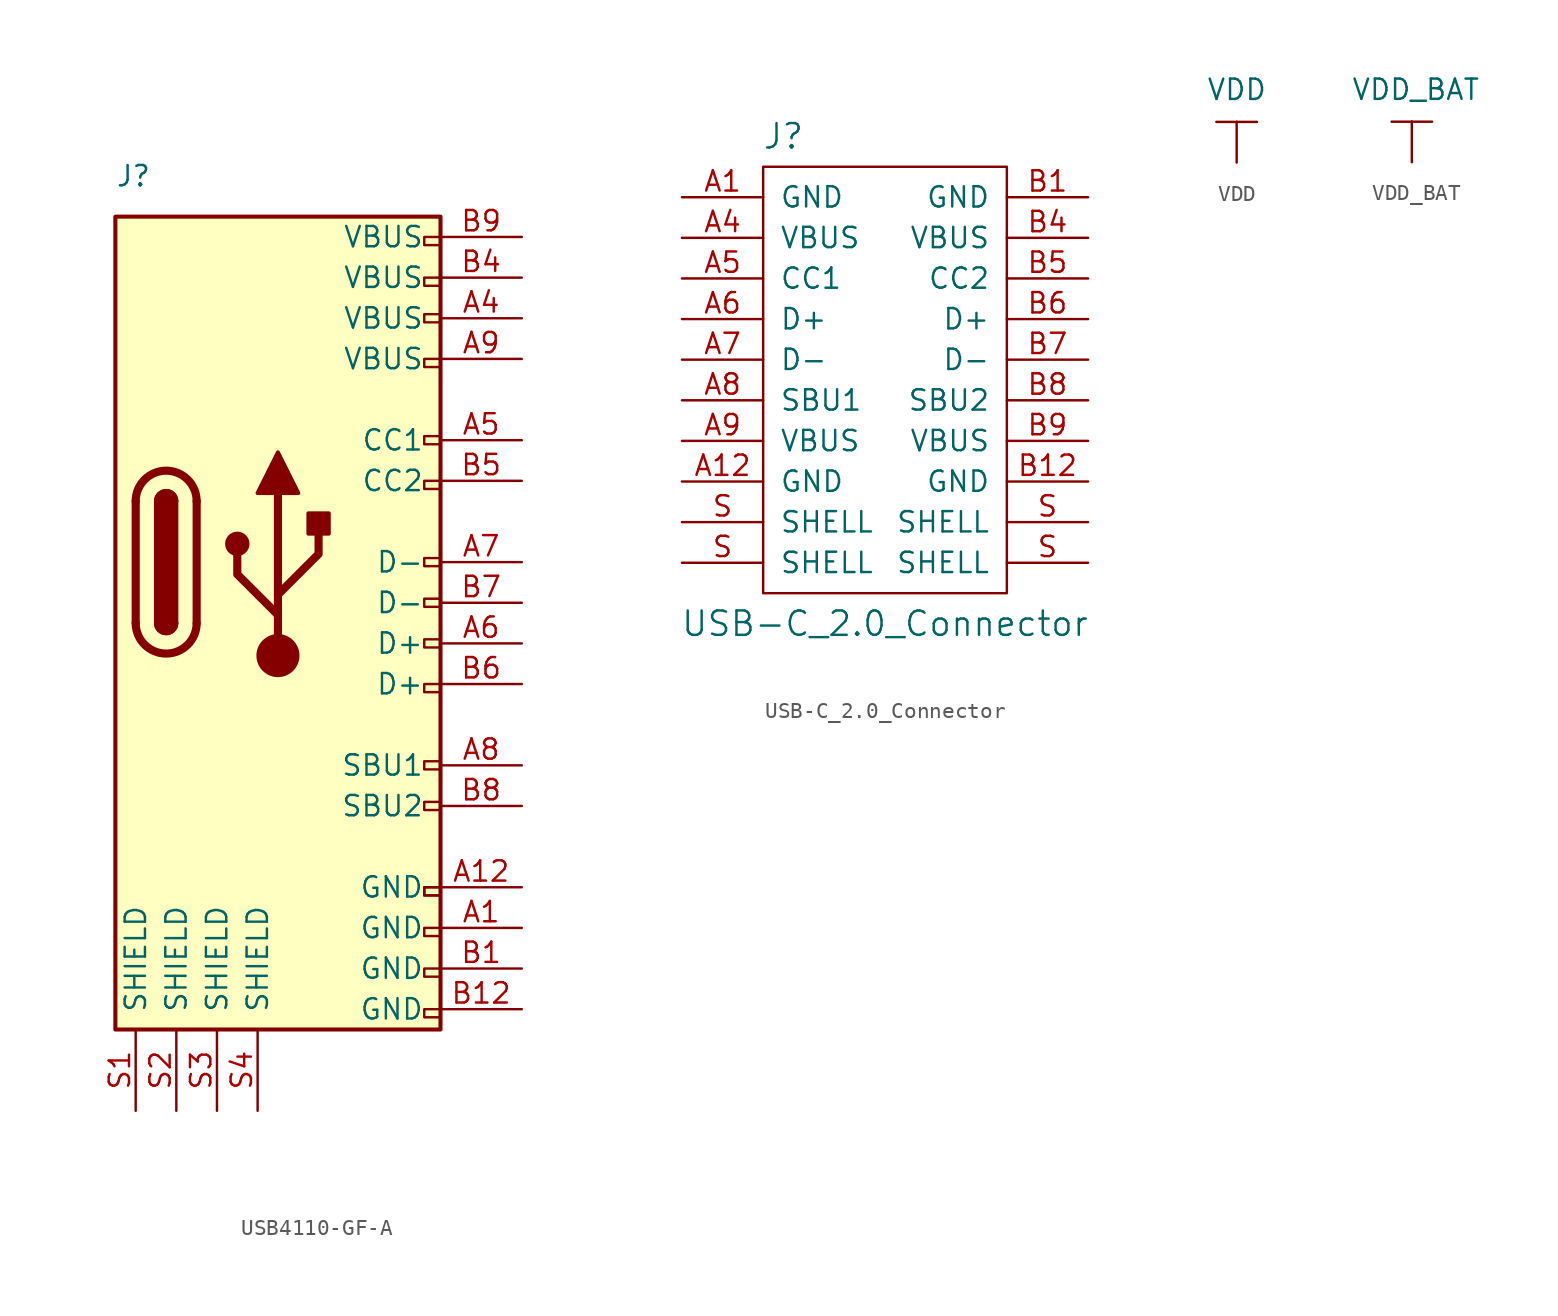
<source format=kicad_sym>
(kicad_symbol_lib
  (version 20210619)
  (generator kicad_symbol_editor)
  (symbol "custom:USB4110-GF-A"
    (pin_names
      (offset 1.016))
    (property "Reference" "J"
      (at -10.16 24.13 0)
      (effects (font (size 1.27 1.27)) (justify left)))
    (symbol "USB4110-GF-A_0_0"
      (rectangle (start 10.16 -27.94) (end 9.144 -28.448) (stroke (width 0)) (fill (type none)))
      (rectangle (start 10.16 -25.4) (end 9.144 -25.908) (stroke (width 0)) (fill (type none)))
      (rectangle (start 10.16 -22.86) (end 9.144 -23.368) (stroke (width 0)) (fill (type none)))
      (rectangle (start 10.16 -20.32) (end 9.144 -20.828) (stroke (width 0)) (fill (type none)))
      (rectangle (start 10.16 -20.32) (end 9.144 -20.828) (stroke (width 0)) (fill (type none)))
      (rectangle (start 10.16 -14.986) (end 9.144 -15.494) (stroke (width 0)) (fill (type none)))
      (rectangle (start 10.16 -12.446) (end 9.144 -12.954) (stroke (width 0)) (fill (type none)))
      (rectangle (start 10.16 -7.62) (end 9.144 -8.128) (stroke (width 0)) (fill (type none)))
      (rectangle (start 10.16 -4.826) (end 9.144 -5.334) (stroke (width 0)) (fill (type none)))
      (rectangle (start 10.16 -2.286) (end 9.144 -2.794) (stroke (width 0)) (fill (type none)))
      (rectangle (start 10.16 0.254) (end 9.144 -0.254) (stroke (width 0)) (fill (type none)))
      (rectangle (start 10.16 5.08) (end 9.144 4.572) (stroke (width 0)) (fill (type none)))
      (rectangle (start 10.16 7.874) (end 9.144 7.366) (stroke (width 0)) (fill (type none)))
      (rectangle (start 10.16 12.7) (end 9.144 12.192) (stroke (width 0)) (fill (type none)))
      (rectangle (start 10.16 15.494) (end 9.144 14.986) (stroke (width 0)) (fill (type none)))
      (rectangle (start 10.16 17.78) (end 9.144 17.272) (stroke (width 0)) (fill (type none)))
      (rectangle (start 10.16 20.32) (end 9.144 19.812) (stroke (width 0)) (fill (type none))))
    (symbol "USB4110-GF-A_0_1"
      (arc (start -8.89 -3.81) (end -5.08 -3.81) (radius (at -6.985 -3.81) (length 1.905) (angles -179.9 -0.1)) (stroke (width 0.508)) (fill (type none)))
      (arc (start -7.62 -3.81) (end -6.35 -3.81) (radius (at -6.985 -3.81) (length 0.635) (angles -179.9 -0.1)) (stroke (width 0.254)) (fill (type none)))
      (arc (start -6.35 3.81) (end -7.62 3.81) (radius (at -6.985 3.81) (length 0.635) (angles 0.1 179.9)) (stroke (width 0.254)) (fill (type none)))
      (arc (start -5.08 3.81) (end -8.89 3.81) (radius (at -6.985 3.81) (length 1.905) (angles 0.1 179.9)) (stroke (width 0.508)) (fill (type none)))
      (arc (start -7.62 -3.81) (end -6.35 -3.81) (radius (at -6.985 -3.81) (length 0.635) (angles -179.9 -0.1)) (stroke (width 0.254)) (fill (type outline)))
      (arc (start -6.35 3.81) (end -7.62 3.81) (radius (at -6.985 3.81) (length 0.635) (angles 0.1 179.9)) (stroke (width 0.254)) (fill (type outline)))
      (circle (center -2.54 1.143) (radius 0.635) (stroke (width 0.254)) (fill (type outline)))
      (circle (center 0 -5.842) (radius 1.27) (stroke (width 0)) (fill (type outline)))
      (rectangle (start -7.62 -3.81) (end -6.35 3.81) (stroke (width 0.254)) (fill (type outline)))
      (rectangle (start 1.905 1.778) (end 3.175 3.048) (stroke (width 0.254)) (fill (type outline)))
      (rectangle (start -10.16 21.59) (end 10.16 -29.21) (stroke (width 0.254)) (fill (type background)))
      (polyline (pts (xy -8.89 -3.81) (xy -8.89 3.81)) (stroke (width 0.508)) (fill (type none)))
      (polyline (pts (xy -5.08 3.81) (xy -5.08 -3.81)) (stroke (width 0.508)) (fill (type none)))
      (polyline (pts (xy 0 -5.842) (xy 0 4.318)) (stroke (width 0.508)) (fill (type none)))
      (polyline (pts (xy 0 -3.302) (xy -2.54 -0.762) (xy -2.54 0.508)) (stroke (width 0.508)) (fill (type none)))
      (polyline (pts (xy 0 -2.032) (xy 2.54 0.508) (xy 2.54 1.778)) (stroke (width 0.508)) (fill (type none)))
      (polyline (pts (xy -1.27 4.318) (xy 0 6.858) (xy 1.27 4.318) (xy -1.27 4.318)) (stroke (width 0.254)) (fill (type outline))))
    (symbol "USB4110-GF-A_1_1"
      (pin passive line (at 15.24 -22.86 180) (length 5.08) (name "GND" (effects (font (size 1.27 1.27)))) (number "A1" (effects (font (size 1.27 1.27)))))
      (pin passive line (at 15.24 -20.32 180) (length 5.08) (name "GND" (effects (font (size 1.27 1.27)))) (number "A12" (effects (font (size 1.27 1.27)))))
      (pin passive line (at 15.24 15.24 180) (length 5.08) (name "VBUS" (effects (font (size 1.27 1.27)))) (number "A4" (effects (font (size 1.27 1.27)))))
      (pin bidirectional line (at 15.24 7.62 180) (length 5.08) (name "CC1" (effects (font (size 1.27 1.27)))) (number "A5" (effects (font (size 1.27 1.27)))))
      (pin bidirectional line (at 15.24 -5.08 180) (length 5.08) (name "D+" (effects (font (size 1.27 1.27)))) (number "A6" (effects (font (size 1.27 1.27)))))
      (pin bidirectional line (at 15.24 0 180) (length 5.08) (name "D-" (effects (font (size 1.27 1.27)))) (number "A7" (effects (font (size 1.27 1.27)))))
      (pin bidirectional line (at 15.24 -12.7 180) (length 5.08) (name "SBU1" (effects (font (size 1.27 1.27)))) (number "A8" (effects (font (size 1.27 1.27)))))
      (pin passive line (at 15.24 12.7 180) (length 5.08) (name "VBUS" (effects (font (size 1.27 1.27)))) (number "A9" (effects (font (size 1.27 1.27)))))
      (pin passive line (at 15.24 -25.4 180) (length 5.08) (name "GND" (effects (font (size 1.27 1.27)))) (number "B1" (effects (font (size 1.27 1.27)))))
      (pin passive line (at 15.24 -27.94 180) (length 5.08) (name "GND" (effects (font (size 1.27 1.27)))) (number "B12" (effects (font (size 1.27 1.27)))))
      (pin passive line (at 15.24 17.78 180) (length 5.08) (name "VBUS" (effects (font (size 1.27 1.27)))) (number "B4" (effects (font (size 1.27 1.27)))))
      (pin bidirectional line (at 15.24 5.08 180) (length 5.08) (name "CC2" (effects (font (size 1.27 1.27)))) (number "B5" (effects (font (size 1.27 1.27)))))
      (pin bidirectional line (at 15.24 -7.62 180) (length 5.08) (name "D+" (effects (font (size 1.27 1.27)))) (number "B6" (effects (font (size 1.27 1.27)))))
      (pin bidirectional line (at 15.24 -2.54 180) (length 5.08) (name "D-" (effects (font (size 1.27 1.27)))) (number "B7" (effects (font (size 1.27 1.27)))))
      (pin bidirectional line (at 15.24 -15.24 180) (length 5.08) (name "SBU2" (effects (font (size 1.27 1.27)))) (number "B8" (effects (font (size 1.27 1.27)))))
      (pin passive line (at 15.24 20.32 180) (length 5.08) (name "VBUS" (effects (font (size 1.27 1.27)))) (number "B9" (effects (font (size 1.27 1.27)))))
      (pin passive line (at -8.89 -34.29 90) (length 5.08) (name "SHIELD" (effects (font (size 1.27 1.27)))) (number "S1" (effects (font (size 1.27 1.27)))))
      (pin passive line (at -6.35 -34.29 90) (length 5.08) (name "SHIELD" (effects (font (size 1.27 1.27)))) (number "S2" (effects (font (size 1.27 1.27)))))
      (pin passive line (at -3.81 -34.29 90) (length 5.08) (name "SHIELD" (effects (font (size 1.27 1.27)))) (number "S3" (effects (font (size 1.27 1.27)))))
      (pin passive line (at -1.27 -34.29 90) (length 5.08) (name "SHIELD" (effects (font (size 1.27 1.27)))) (number "S4" (effects (font (size 1.27 1.27)))))))
  (symbol "custom:USB-C_2.0_Connector"
    (pin_names
      (offset 1.016))
    (property "Reference" "J"
      (at -6.35 12.7 0)
      (effects (font (size 1.524 1.524))))
    (property "Value" "USB-C_2.0_Connector"
      (at 0 -17.78 0)
      (effects (font (size 1.524 1.524))))
    (symbol "USB-C_2.0_Connector_0_1"
      (rectangle (start -7.62 10.795) (end 7.62 -15.875) (stroke (width 0)) (fill (type none))))
    (symbol "USB-C_2.0_Connector_1_1"
      (pin input line (at -12.7 8.89 0) (length 5.08) (name "GND" (effects (font (size 1.27 1.27)))) (number "A1" (effects (font (size 1.27 1.27)))))
      (pin input line (at -12.7 -8.89 0) (length 5.08) (name "GND" (effects (font (size 1.27 1.27)))) (number "A12" (effects (font (size 1.27 1.27)))))
      (pin input line (at -12.7 6.35 0) (length 5.08) (name "VBUS" (effects (font (size 1.27 1.27)))) (number "A4" (effects (font (size 1.27 1.27)))))
      (pin input line (at -12.7 3.81 0) (length 5.08) (name "CC1" (effects (font (size 1.27 1.27)))) (number "A5" (effects (font (size 1.27 1.27)))))
      (pin input line (at -12.7 1.27 0) (length 5.08) (name "D+" (effects (font (size 1.27 1.27)))) (number "A6" (effects (font (size 1.27 1.27)))))
      (pin input line (at -12.7 -1.27 0) (length 5.08) (name "D-" (effects (font (size 1.27 1.27)))) (number "A7" (effects (font (size 1.27 1.27)))))
      (pin input line (at -12.7 -3.81 0) (length 5.08) (name "SBU1" (effects (font (size 1.27 1.27)))) (number "A8" (effects (font (size 1.27 1.27)))))
      (pin input line (at -12.7 -6.35 0) (length 5.08) (name "VBUS" (effects (font (size 1.27 1.27)))) (number "A9" (effects (font (size 1.27 1.27)))))
      (pin input line (at 12.7 8.89 180) (length 5.08) (name "GND" (effects (font (size 1.27 1.27)))) (number "B1" (effects (font (size 1.27 1.27)))))
      (pin input line (at 12.7 -8.89 180) (length 5.08) (name "GND" (effects (font (size 1.27 1.27)))) (number "B12" (effects (font (size 1.27 1.27)))))
      (pin input line (at 12.7 6.35 180) (length 5.08) (name "VBUS" (effects (font (size 1.27 1.27)))) (number "B4" (effects (font (size 1.27 1.27)))))
      (pin input line (at 12.7 3.81 180) (length 5.08) (name "CC2" (effects (font (size 1.27 1.27)))) (number "B5" (effects (font (size 1.27 1.27)))))
      (pin input line (at 12.7 1.27 180) (length 5.08) (name "D+" (effects (font (size 1.27 1.27)))) (number "B6" (effects (font (size 1.27 1.27)))))
      (pin input line (at 12.7 -1.27 180) (length 5.08) (name "D-" (effects (font (size 1.27 1.27)))) (number "B7" (effects (font (size 1.27 1.27)))))
      (pin input line (at 12.7 -3.81 180) (length 5.08) (name "SBU2" (effects (font (size 1.27 1.27)))) (number "B8" (effects (font (size 1.27 1.27)))))
      (pin input line (at 12.7 -6.35 180) (length 5.08) (name "VBUS" (effects (font (size 1.27 1.27)))) (number "B9" (effects (font (size 1.27 1.27)))))
      (pin input line (at -12.7 -13.97 0) (length 5.08) (name "SHELL" (effects (font (size 1.27 1.27)))) (number "S" (effects (font (size 1.27 1.27)))))
      (pin input line (at -12.7 -11.43 0) (length 5.08) (name "SHELL" (effects (font (size 1.27 1.27)))) (number "S" (effects (font (size 1.27 1.27)))))
      (pin input line (at 12.7 -13.97 180) (length 5.08) (name "SHELL" (effects (font (size 1.27 1.27)))) (number "S" (effects (font (size 1.27 1.27)))))
      (pin input line (at 12.7 -11.43 180) (length 5.08) (name "SHELL" (effects (font (size 1.27 1.27)))) (number "S" (effects (font (size 1.27 1.27)))))))
  (symbol "custom:VDD"
    (power)
    (pin_names
      (offset 0))
    (property "Reference" "#PWR"
      (at 5.08 1.27 0)
      (effects (font (size 1.27 1.27)) hide))
    (property "Value" "VDD"
      (at -1.905 3.81 0)
      (effects (font (size 1.27 1.27)) (justify left bottom)))
    (symbol "VDD_0_1"
      (polyline (pts (xy -1.27 2.54) (xy 0 2.54)) (stroke (width 0)) (fill (type none)))
      (polyline (pts (xy 0 0) (xy 0 2.54)) (stroke (width 0)) (fill (type none)))
      (polyline (pts (xy 0 2.54) (xy 1.27 2.54)) (stroke (width 0)) (fill (type none))))
    (symbol "VDD_1_1"
      (pin power_in line (at 0 0 90) (length 0) hide (name "VDD" (effects (font (size 1.27 1.27)))) (number "1" (effects (font (size 1.27 1.27)))))))
  (symbol "custom:VDD_BAT"
    (power)
    (pin_names
      (offset 0))
    (property "Reference" "#PWR"
      (at 5.08 1.27 0)
      (effects (font (size 1.27 1.27)) hide))
    (property "Value" "VDD_BAT"
      (at -3.81 3.81 0)
      (effects (font (size 1.27 1.27)) (justify left bottom)))
    (symbol "VDD_BAT_0_1"
      (polyline (pts (xy -1.27 2.54) (xy 0 2.54)) (stroke (width 0)) (fill (type none)))
      (polyline (pts (xy 0 0) (xy 0 2.54)) (stroke (width 0)) (fill (type none)))
      (polyline (pts (xy 0 2.54) (xy 1.27 2.54)) (stroke (width 0)) (fill (type none))))
    (symbol "VDD_BAT_1_1"
      (pin power_in line (at 0 0 90) (length 0) hide (name "VDD_BAT" (effects (font (size 1.27 1.27)))) (number "1" (effects (font (size 1.27 1.27))))))))
</source>
